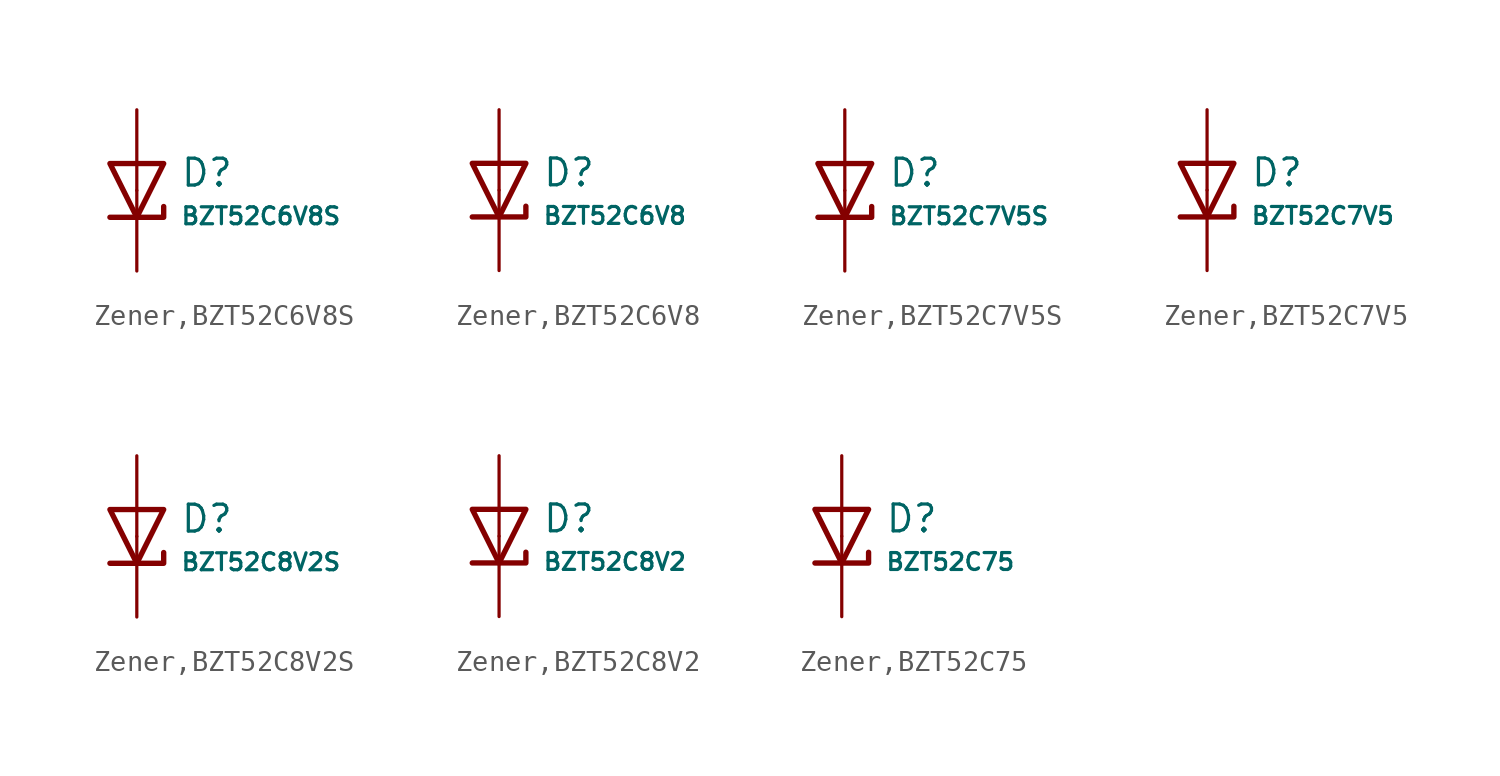
<source format=kicad_sym>
(kicad_symbol_lib
  (version 20231120)
  (generator "CDFER")
  (generator_version "8.0")
  (symbol "Zener,BZT52C6V8S"
    (pin_numbers hide)
    (pin_names
      (offset 0))
    (property "Reference" "D"
      (at 2.032 0.834 0)
      (effects (font (size 1.27 1.27)) (justify left)))
    (property "Value" "BZT52C6V8S"
      (at 2.032 -1.212 0)
      (effects (font (size 0.8 0.8)) (justify left)))
    (symbol "Zener,BZT52C6V8S_0_1"
      (polyline (pts (xy -1.27 1.27) (xy 0.00 -1.27) (xy 1.27 1.27) (xy -1.27 1.27)) (stroke (width 0.254) (type default)) (fill (type none))))
    (symbol "Zener,BZT52C6V8S_0_1"
      (polyline (pts (xy -1.27 -1.27) (xy 1.27 -1.27) (xy 1.27 -0.762)) (stroke (width 0.254) (type default)) (fill (type none))))
    (symbol "Zener,BZT52C6V8S_1_1"
      (pin passive line (at 0 3.81 270) (length 3.81) (name "~" (effects (font (size 1.27 1.27)))) (number "2" (effects (font (size 1.27 1.27)))))
      (pin passive line (at 0 -3.81 90) (length 3.81) (name "~" (effects (font (size 1.27 1.27)))) (number "1" (effects (font (size 1.27 1.27)))))))
  (symbol "Zener,BZT52C6V8"
    (pin_numbers hide)
    (pin_names
      (offset 0))
    (property "Reference" "D"
      (at 2.032 0.834 0)
      (effects (font (size 1.27 1.27)) (justify left)))
    (property "Value" "BZT52C6V8"
      (at 2.032 -1.212 0)
      (effects (font (size 0.8 0.8)) (justify left)))
    (symbol "Zener,BZT52C6V8_0_1"
      (polyline (pts (xy -1.27 1.27) (xy 0.00 -1.27) (xy 1.27 1.27) (xy -1.27 1.27)) (stroke (width 0.254) (type default)) (fill (type none))))
    (symbol "Zener,BZT52C6V8_0_1"
      (polyline (pts (xy -1.27 -1.27) (xy 1.27 -1.27) (xy 1.27 -0.762)) (stroke (width 0.254) (type default)) (fill (type none))))
    (symbol "Zener,BZT52C6V8_1_1"
      (pin passive line (at 0 3.81 270) (length 3.81) (name "~" (effects (font (size 1.27 1.27)))) (number "2" (effects (font (size 1.27 1.27)))))
      (pin passive line (at 0 -3.81 90) (length 3.81) (name "~" (effects (font (size 1.27 1.27)))) (number "1" (effects (font (size 1.27 1.27)))))))
  (symbol "Zener,BZT52C7V5S"
    (pin_numbers hide)
    (pin_names
      (offset 0))
    (property "Reference" "D"
      (at 2.032 0.834 0)
      (effects (font (size 1.27 1.27)) (justify left)))
    (property "Value" "BZT52C7V5S"
      (at 2.032 -1.212 0)
      (effects (font (size 0.8 0.8)) (justify left)))
    (symbol "Zener,BZT52C7V5S_0_1"
      (polyline (pts (xy -1.27 1.27) (xy 0.00 -1.27) (xy 1.27 1.27) (xy -1.27 1.27)) (stroke (width 0.254) (type default)) (fill (type none))))
    (symbol "Zener,BZT52C7V5S_0_1"
      (polyline (pts (xy -1.27 -1.27) (xy 1.27 -1.27) (xy 1.27 -0.762)) (stroke (width 0.254) (type default)) (fill (type none))))
    (symbol "Zener,BZT52C7V5S_1_1"
      (pin passive line (at 0 3.81 270) (length 3.81) (name "~" (effects (font (size 1.27 1.27)))) (number "2" (effects (font (size 1.27 1.27)))))
      (pin passive line (at 0 -3.81 90) (length 3.81) (name "~" (effects (font (size 1.27 1.27)))) (number "1" (effects (font (size 1.27 1.27)))))))
  (symbol "Zener,BZT52C7V5"
    (pin_numbers hide)
    (pin_names
      (offset 0))
    (property "Reference" "D"
      (at 2.032 0.834 0)
      (effects (font (size 1.27 1.27)) (justify left)))
    (property "Value" "BZT52C7V5"
      (at 2.032 -1.212 0)
      (effects (font (size 0.8 0.8)) (justify left)))
    (symbol "Zener,BZT52C7V5_0_1"
      (polyline (pts (xy -1.27 1.27) (xy 0.00 -1.27) (xy 1.27 1.27) (xy -1.27 1.27)) (stroke (width 0.254) (type default)) (fill (type none))))
    (symbol "Zener,BZT52C7V5_0_1"
      (polyline (pts (xy -1.27 -1.27) (xy 1.27 -1.27) (xy 1.27 -0.762)) (stroke (width 0.254) (type default)) (fill (type none))))
    (symbol "Zener,BZT52C7V5_1_1"
      (pin passive line (at 0 3.81 270) (length 3.81) (name "~" (effects (font (size 1.27 1.27)))) (number "2" (effects (font (size 1.27 1.27)))))
      (pin passive line (at 0 -3.81 90) (length 3.81) (name "~" (effects (font (size 1.27 1.27)))) (number "1" (effects (font (size 1.27 1.27)))))))
  (symbol "Zener,BZT52C8V2S"
    (pin_numbers hide)
    (pin_names
      (offset 0))
    (property "Reference" "D"
      (at 2.032 0.834 0)
      (effects (font (size 1.27 1.27)) (justify left)))
    (property "Value" "BZT52C8V2S"
      (at 2.032 -1.212 0)
      (effects (font (size 0.8 0.8)) (justify left)))
    (symbol "Zener,BZT52C8V2S_0_1"
      (polyline (pts (xy -1.27 1.27) (xy 0.00 -1.27) (xy 1.27 1.27) (xy -1.27 1.27)) (stroke (width 0.254) (type default)) (fill (type none))))
    (symbol "Zener,BZT52C8V2S_0_1"
      (polyline (pts (xy -1.27 -1.27) (xy 1.27 -1.27) (xy 1.27 -0.762)) (stroke (width 0.254) (type default)) (fill (type none))))
    (symbol "Zener,BZT52C8V2S_1_1"
      (pin passive line (at 0 3.81 270) (length 3.81) (name "~" (effects (font (size 1.27 1.27)))) (number "2" (effects (font (size 1.27 1.27)))))
      (pin passive line (at 0 -3.81 90) (length 3.81) (name "~" (effects (font (size 1.27 1.27)))) (number "1" (effects (font (size 1.27 1.27)))))))
  (symbol "Zener,BZT52C8V2"
    (pin_numbers hide)
    (pin_names
      (offset 0))
    (property "Reference" "D"
      (at 2.032 0.834 0)
      (effects (font (size 1.27 1.27)) (justify left)))
    (property "Value" "BZT52C8V2"
      (at 2.032 -1.212 0)
      (effects (font (size 0.8 0.8)) (justify left)))
    (symbol "Zener,BZT52C8V2_0_1"
      (polyline (pts (xy -1.27 1.27) (xy 0.00 -1.27) (xy 1.27 1.27) (xy -1.27 1.27)) (stroke (width 0.254) (type default)) (fill (type none))))
    (symbol "Zener,BZT52C8V2_0_1"
      (polyline (pts (xy -1.27 -1.27) (xy 1.27 -1.27) (xy 1.27 -0.762)) (stroke (width 0.254) (type default)) (fill (type none))))
    (symbol "Zener,BZT52C8V2_1_1"
      (pin passive line (at 0 3.81 270) (length 3.81) (name "~" (effects (font (size 1.27 1.27)))) (number "2" (effects (font (size 1.27 1.27)))))
      (pin passive line (at 0 -3.81 90) (length 3.81) (name "~" (effects (font (size 1.27 1.27)))) (number "1" (effects (font (size 1.27 1.27)))))))
  (symbol "Zener,BZT52C75"
    (pin_numbers hide)
    (pin_names
      (offset 0))
    (property "Reference" "D"
      (at 2.032 0.834 0)
      (effects (font (size 1.27 1.27)) (justify left)))
    (property "Value" "BZT52C75"
      (at 2.032 -1.212 0)
      (effects (font (size 0.8 0.8)) (justify left)))
    (symbol "Zener,BZT52C75_0_1"
      (polyline (pts (xy -1.27 1.27) (xy 0.00 -1.27) (xy 1.27 1.27) (xy -1.27 1.27)) (stroke (width 0.254) (type default)) (fill (type none))))
    (symbol "Zener,BZT52C75_0_1"
      (polyline (pts (xy -1.27 -1.27) (xy 1.27 -1.27) (xy 1.27 -0.762)) (stroke (width 0.254) (type default)) (fill (type none))))
    (symbol "Zener,BZT52C75_1_1"
      (pin passive line (at 0 3.81 270) (length 3.81) (name "~" (effects (font (size 1.27 1.27)))) (number "2" (effects (font (size 1.27 1.27)))))
      (pin passive line (at 0 -3.81 90) (length 3.81) (name "~" (effects (font (size 1.27 1.27)))) (number "1" (effects (font (size 1.27 1.27))))))))
</source>
